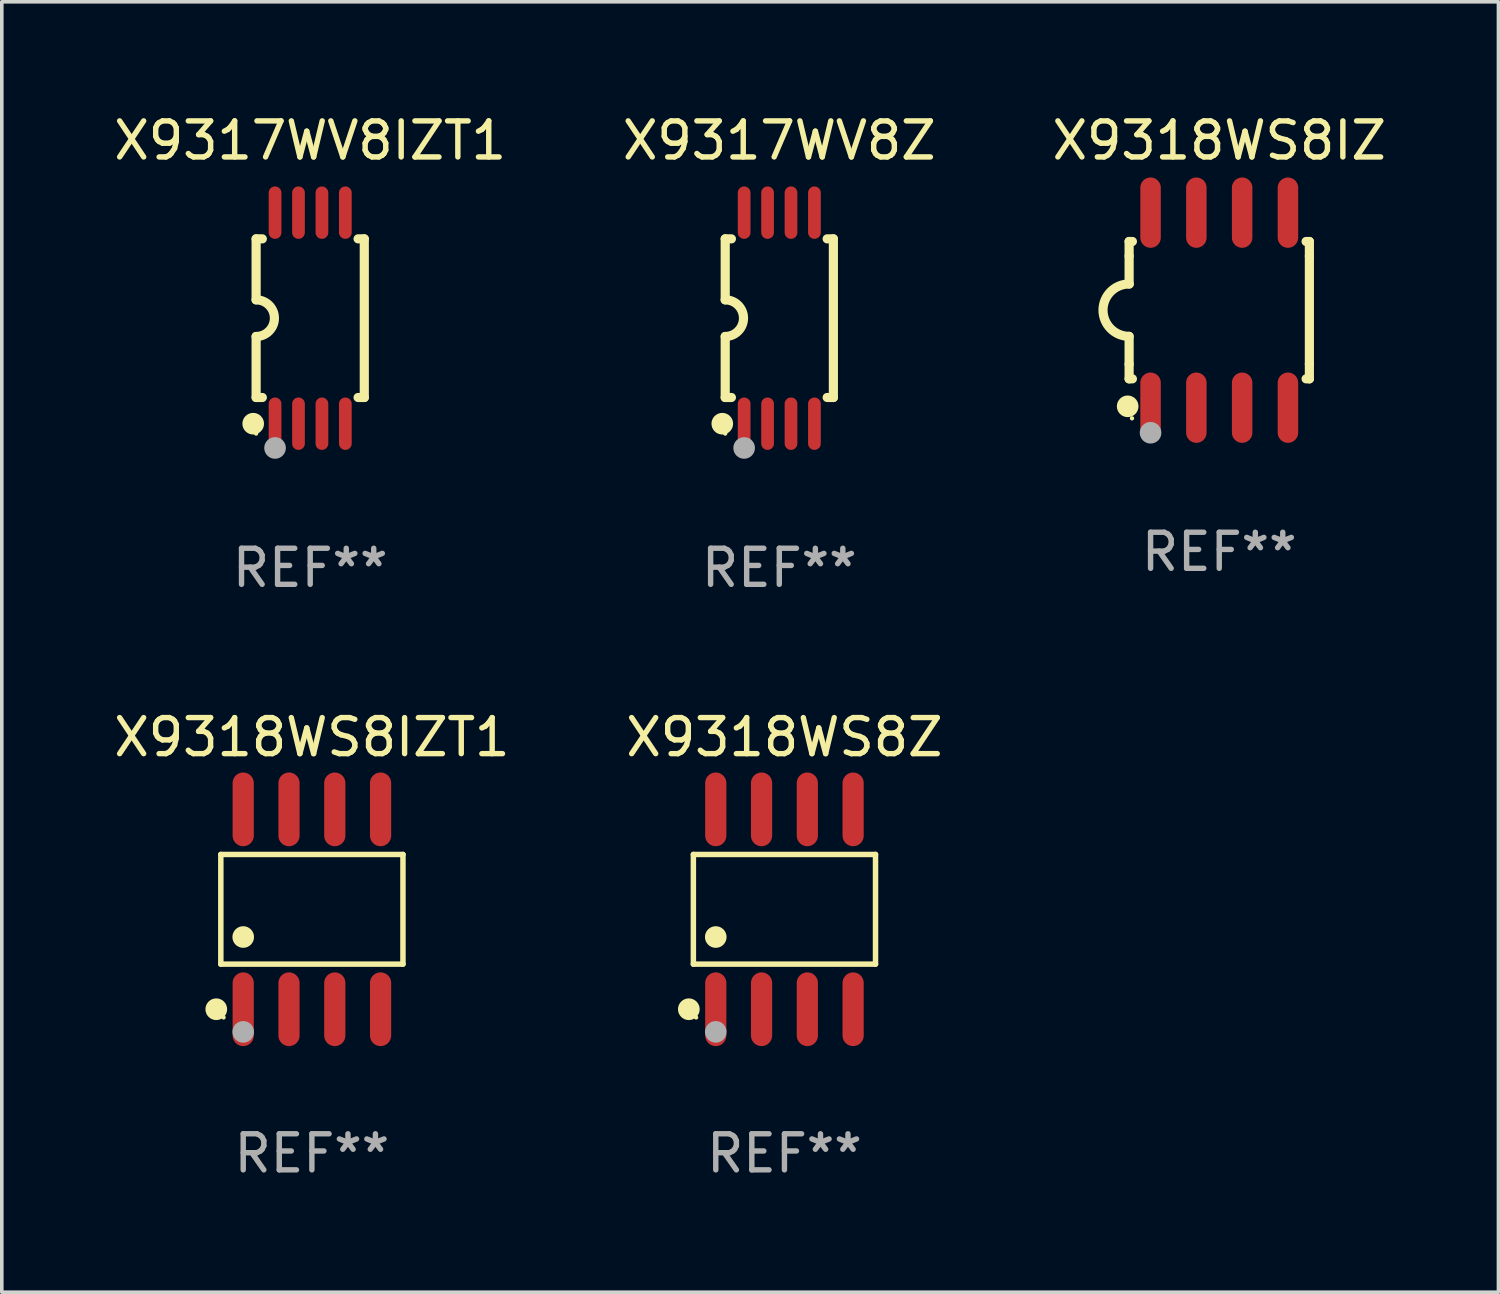
<source format=kicad_pcb>
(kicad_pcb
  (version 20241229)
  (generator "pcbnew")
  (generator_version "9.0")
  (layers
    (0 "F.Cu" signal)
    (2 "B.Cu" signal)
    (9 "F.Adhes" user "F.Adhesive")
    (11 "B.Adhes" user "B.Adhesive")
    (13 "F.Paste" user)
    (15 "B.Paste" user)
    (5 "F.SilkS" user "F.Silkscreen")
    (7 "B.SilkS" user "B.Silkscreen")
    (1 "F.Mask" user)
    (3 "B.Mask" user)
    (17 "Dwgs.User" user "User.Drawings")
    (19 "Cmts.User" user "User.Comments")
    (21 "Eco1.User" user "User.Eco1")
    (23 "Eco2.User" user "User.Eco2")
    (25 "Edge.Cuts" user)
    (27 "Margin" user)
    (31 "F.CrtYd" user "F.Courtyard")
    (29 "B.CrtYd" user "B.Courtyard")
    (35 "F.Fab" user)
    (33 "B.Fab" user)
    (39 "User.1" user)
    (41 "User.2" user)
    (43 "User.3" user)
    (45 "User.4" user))
  (footprint "X9318WS8IZT1"
    (layer "F.Cu")
    (at 5.601 22.171)
    (property "Reference" "X9318WS8IZT1" (at 0 -4.772 0) (layer "F.SilkS") (effects (font (size 1 1) (thickness 0.15))))
    (attr through_hole)
    (fp_line (start -2.526 -1.521) (end 2.526 -1.521) (stroke (width 0.152) (type solid)) (layer "F.SilkS"))
    (fp_line (start -2.526 1.521) (end -2.526 -1.521) (stroke (width 0.152) (type solid)) (layer "F.SilkS"))
    (fp_line (start 2.526 -1.521) (end 2.526 1.521) (stroke (width 0.152) (type solid)) (layer "F.SilkS"))
    (fp_line (start 2.526 1.521) (end -2.526 1.521) (stroke (width 0.152) (type solid)) (layer "F.SilkS"))
    (fp_circle (center -2.652 2.772) (end -2.501 2.772) (stroke (width 0.3) (type solid)) (fill no) (layer "F.SilkS"))
    (fp_circle (center -2.45 3) (end -2.42 3) (stroke (width 0.06) (type solid)) (fill no) (layer "F.SilkS"))
    (fp_circle (center -1.905 0.769) (end -1.755 0.769) (stroke (width 0.3) (type solid)) (fill no) (layer "F.SilkS"))
    (fp_circle (center -1.905 3.4) (end -1.755 3.4) (stroke (width 0.3) (type solid)) (fill no) (layer "F.Fab"))
    (fp_text user "REF**" (at 0 6.772 0) (layer "F.Fab") (effects (font (size 1 1) (thickness 0.15))))
    (pad "1" smd oval (at -1.905 2.772) (size 0.588 2.045) (layers "F.Cu" "F.Mask" "F.Paste"))
    (pad "2" smd oval (at -0.635 2.772) (size 0.588 2.045) (layers "F.Cu" "F.Mask" "F.Paste"))
    (pad "3" smd oval (at 0.635 2.772) (size 0.588 2.045) (layers "F.Cu" "F.Mask" "F.Paste"))
    (pad "4" smd oval (at 1.905 2.772) (size 0.588 2.045) (layers "F.Cu" "F.Mask" "F.Paste"))
    (pad "5" smd oval (at 1.905 -2.772) (size 0.588 2.045) (layers "F.Cu" "F.Mask" "F.Paste"))
    (pad "6" smd oval (at 0.635 -2.772) (size 0.588 2.045) (layers "F.Cu" "F.Mask" "F.Paste"))
    (pad "7" smd oval (at -0.635 -2.772) (size 0.588 2.045) (layers "F.Cu" "F.Mask" "F.Paste"))
    (pad "8" smd oval (at -1.905 -2.772) (size 0.588 2.045) (layers "F.Cu" "F.Mask" "F.Paste")))
  (footprint "X9317WV8IZT1"
    (layer "F.Cu")
    (at 5.554 5.775)
    (property "Reference" "X9317WV8IZT1" (at 0 -4.927 0) (layer "F.SilkS") (effects (font (size 1 1) (thickness 0.15))))
    (attr through_hole)
    (fp_line (start -1.5 -2.2) (end -1.5 -0.508) (stroke (width 0.254) (type solid)) (layer "F.SilkS"))
    (fp_line (start -1.5 -2.2) (end -1.328 -2.2) (stroke (width 0.254) (type solid)) (layer "F.SilkS"))
    (fp_line (start -1.5 2.2) (end -1.5 0.508) (stroke (width 0.254) (type solid)) (layer "F.SilkS"))
    (fp_line (start -1.5 2.2) (end -1.328 2.2) (stroke (width 0.254) (type solid)) (layer "F.SilkS"))
    (fp_line (start 1.328 -2.2) (end 1.5 -2.2) (stroke (width 0.254) (type solid)) (layer "F.SilkS"))
    (fp_line (start 1.328 2.2) (end 1.5 2.2) (stroke (width 0.254) (type solid)) (layer "F.SilkS"))
    (fp_line (start 1.5 -2.2) (end 1.5 2.2) (stroke (width 0.254) (type solid)) (layer "F.SilkS"))
    (fp_arc (start -1.501144 -0.508) (mid -0.993143 -0.000571) (end -1.5 0.508001) (stroke (width 0.254001) (type solid)) (layer "F.SilkS"))
    (fp_circle (center -1.581 2.927) (end -1.431 2.927) (stroke (width 0.3) (type solid)) (fill no) (layer "F.SilkS"))
    (fp_circle (center -1.5 3.2) (end -1.47 3.2) (stroke (width 0.06) (type solid)) (fill no) (layer "F.SilkS"))
    (fp_circle (center -0.975 3.6) (end -0.825 3.6) (stroke (width 0.3) (type solid)) (fill no) (layer "F.Fab"))
    (fp_text user "REF**" (at 0 6.927 0) (layer "F.Fab") (effects (font (size 1 1) (thickness 0.15))))
    (pad "1" smd oval (at -0.975 2.927) (size 0.353 1.454) (layers "F.Cu" "F.Mask" "F.Paste"))
    (pad "2" smd oval (at -0.325 2.927) (size 0.353 1.454) (layers "F.Cu" "F.Mask" "F.Paste"))
    (pad "3" smd oval (at 0.325 2.927) (size 0.353 1.454) (layers "F.Cu" "F.Mask" "F.Paste"))
    (pad "4" smd oval (at 0.975 2.927) (size 0.353 1.454) (layers "F.Cu" "F.Mask" "F.Paste"))
    (pad "5" smd oval (at 0.975 -2.927) (size 0.353 1.454) (layers "F.Cu" "F.Mask" "F.Paste"))
    (pad "6" smd oval (at 0.325 -2.927) (size 0.353 1.454) (layers "F.Cu" "F.Mask" "F.Paste"))
    (pad "7" smd oval (at -0.325 -2.927) (size 0.353 1.454) (layers "F.Cu" "F.Mask" "F.Paste"))
    (pad "8" smd oval (at -0.975 -2.927) (size 0.353 1.454) (layers "F.Cu" "F.Mask" "F.Paste")))
  (footprint "X9318WS8IZ"
    (layer "F.Cu")
    (at 30.768 5.553)
    (property "Reference" "X9318WS8IZ" (at 0 -4.705 0) (layer "F.SilkS") (effects (font (size 1 1) (thickness 0.15))))
    (attr through_hole)
    (fp_line (start -2.5 -1.905) (end -2.409 -1.905) (stroke (width 0.254) (type solid)) (layer "F.SilkS"))
    (fp_line (start -2.5 -1.5) (end -2.5 -1.905) (stroke (width 0.254) (type solid)) (layer "F.SilkS"))
    (fp_line (start -2.5 -1.5) (end -2.5 -0.726) (stroke (width 0.254) (type solid)) (layer "F.SilkS"))
    (fp_line (start -2.5 1.5) (end -2.5 0.727) (stroke (width 0.254) (type solid)) (layer "F.SilkS"))
    (fp_line (start -2.5 1.5) (end -2.5 1.905) (stroke (width 0.254) (type solid)) (layer "F.SilkS"))
    (fp_line (start -2.5 1.905) (end -2.409 1.905) (stroke (width 0.254) (type solid)) (layer "F.SilkS"))
    (fp_line (start 2.5 -1.905) (end 2.409 -1.905) (stroke (width 0.254) (type solid)) (layer "F.SilkS"))
    (fp_line (start 2.5 -1.5) (end 2.5 -1.905) (stroke (width 0.254) (type solid)) (layer "F.SilkS"))
    (fp_line (start 2.5 -1.5) (end 2.5 1.5) (stroke (width 0.254) (type solid)) (layer "F.SilkS"))
    (fp_line (start 2.5 1.5) (end 2.5 1.905) (stroke (width 0.254) (type solid)) (layer "F.SilkS"))
    (fp_line (start 2.5 1.905) (end 2.409 1.905) (stroke (width 0.254) (type solid)) (layer "F.SilkS"))
    (fp_arc (start -2.5 0.726568) (mid -3.220316 -0.0023) (end -2.495097 -0.726289) (stroke (width 0.254001) (type solid)) (layer "F.SilkS"))
    (fp_circle (center -2.54 2.667) (end -2.39 2.667) (stroke (width 0.3) (type solid)) (fill no) (layer "F.SilkS"))
    (fp_circle (center -2.42 3) (end -2.39 3) (stroke (width 0.06) (type solid)) (fill no) (layer "F.SilkS"))
    (fp_circle (center -1.905 3.4) (end -1.755 3.4) (stroke (width 0.3) (type solid)) (fill no) (layer "F.Fab"))
    (fp_text user "REF**" (at 0 6.705 0) (layer "F.Fab") (effects (font (size 1 1) (thickness 0.15))))
    (pad "1" smd oval (at -1.905 2.705) (size 0.568 1.95) (layers "F.Cu" "F.Mask" "F.Paste"))
    (pad "2" smd oval (at -0.635 2.705) (size 0.568 1.95) (layers "F.Cu" "F.Mask" "F.Paste"))
    (pad "3" smd oval (at 0.635 2.705) (size 0.568 1.95) (layers "F.Cu" "F.Mask" "F.Paste"))
    (pad "4" smd oval (at 1.905 2.705) (size 0.568 1.95) (layers "F.Cu" "F.Mask" "F.Paste"))
    (pad "5" smd oval (at 1.905 -2.705) (size 0.568 1.95) (layers "F.Cu" "F.Mask" "F.Paste"))
    (pad "6" smd oval (at 0.635 -2.705) (size 0.568 1.95) (layers "F.Cu" "F.Mask" "F.Paste"))
    (pad "7" smd oval (at -0.635 -2.705) (size 0.568 1.95) (layers "F.Cu" "F.Mask" "F.Paste"))
    (pad "8" smd oval (at -1.905 -2.705) (size 0.568 1.95) (layers "F.Cu" "F.Mask" "F.Paste")))
  (footprint "X9318WS8Z"
    (layer "F.Cu")
    (at 18.708 22.171)
    (property "Reference" "X9318WS8Z" (at 0 -4.772 0) (layer "F.SilkS") (effects (font (size 1 1) (thickness 0.15))))
    (attr through_hole)
    (fp_line (start -2.526 -1.521) (end 2.526 -1.521) (stroke (width 0.152) (type solid)) (layer "F.SilkS"))
    (fp_line (start -2.526 1.521) (end -2.526 -1.521) (stroke (width 0.152) (type solid)) (layer "F.SilkS"))
    (fp_line (start 2.526 -1.521) (end 2.526 1.521) (stroke (width 0.152) (type solid)) (layer "F.SilkS"))
    (fp_line (start 2.526 1.521) (end -2.526 1.521) (stroke (width 0.152) (type solid)) (layer "F.SilkS"))
    (fp_circle (center -2.652 2.772) (end -2.501 2.772) (stroke (width 0.3) (type solid)) (fill no) (layer "F.SilkS"))
    (fp_circle (center -2.45 3) (end -2.42 3) (stroke (width 0.06) (type solid)) (fill no) (layer "F.SilkS"))
    (fp_circle (center -1.905 0.769) (end -1.755 0.769) (stroke (width 0.3) (type solid)) (fill no) (layer "F.SilkS"))
    (fp_circle (center -1.905 3.4) (end -1.755 3.4) (stroke (width 0.3) (type solid)) (fill no) (layer "F.Fab"))
    (fp_text user "REF**" (at 0 6.772 0) (layer "F.Fab") (effects (font (size 1 1) (thickness 0.15))))
    (pad "1" smd oval (at -1.905 2.772) (size 0.588 2.045) (layers "F.Cu" "F.Mask" "F.Paste"))
    (pad "2" smd oval (at -0.635 2.772) (size 0.588 2.045) (layers "F.Cu" "F.Mask" "F.Paste"))
    (pad "3" smd oval (at 0.635 2.772) (size 0.588 2.045) (layers "F.Cu" "F.Mask" "F.Paste"))
    (pad "4" smd oval (at 1.905 2.772) (size 0.588 2.045) (layers "F.Cu" "F.Mask" "F.Paste"))
    (pad "5" smd oval (at 1.905 -2.772) (size 0.588 2.045) (layers "F.Cu" "F.Mask" "F.Paste"))
    (pad "6" smd oval (at 0.635 -2.772) (size 0.588 2.045) (layers "F.Cu" "F.Mask" "F.Paste"))
    (pad "7" smd oval (at -0.635 -2.772) (size 0.588 2.045) (layers "F.Cu" "F.Mask" "F.Paste"))
    (pad "8" smd oval (at -1.905 -2.772) (size 0.588 2.045) (layers "F.Cu" "F.Mask" "F.Paste")))
  (footprint "X9317WV8Z"
    (layer "F.Cu")
    (at 18.565 5.775)
    (property "Reference" "X9317WV8Z" (at 0 -4.927 0) (layer "F.SilkS") (effects (font (size 1 1) (thickness 0.15))))
    (attr through_hole)
    (fp_line (start -1.5 -2.2) (end -1.5 -0.508) (stroke (width 0.254) (type solid)) (layer "F.SilkS"))
    (fp_line (start -1.5 -2.2) (end -1.328 -2.2) (stroke (width 0.254) (type solid)) (layer "F.SilkS"))
    (fp_line (start -1.5 2.2) (end -1.5 0.508) (stroke (width 0.254) (type solid)) (layer "F.SilkS"))
    (fp_line (start -1.5 2.2) (end -1.328 2.2) (stroke (width 0.254) (type solid)) (layer "F.SilkS"))
    (fp_line (start 1.328 -2.2) (end 1.5 -2.2) (stroke (width 0.254) (type solid)) (layer "F.SilkS"))
    (fp_line (start 1.328 2.2) (end 1.5 2.2) (stroke (width 0.254) (type solid)) (layer "F.SilkS"))
    (fp_line (start 1.5 -2.2) (end 1.5 2.2) (stroke (width 0.254) (type solid)) (layer "F.SilkS"))
    (fp_arc (start -1.501144 -0.508) (mid -0.993143 -0.000571) (end -1.5 0.508001) (stroke (width 0.254001) (type solid)) (layer "F.SilkS"))
    (fp_circle (center -1.581 2.927) (end -1.431 2.927) (stroke (width 0.3) (type solid)) (fill no) (layer "F.SilkS"))
    (fp_circle (center -1.5 3.2) (end -1.47 3.2) (stroke (width 0.06) (type solid)) (fill no) (layer "F.SilkS"))
    (fp_circle (center -0.975 3.6) (end -0.825 3.6) (stroke (width 0.3) (type solid)) (fill no) (layer "F.Fab"))
    (fp_text user "REF**" (at 0 6.927 0) (layer "F.Fab") (effects (font (size 1 1) (thickness 0.15))))
    (pad "1" smd oval (at -0.975 2.927) (size 0.353 1.454) (layers "F.Cu" "F.Mask" "F.Paste"))
    (pad "2" smd oval (at -0.325 2.927) (size 0.353 1.454) (layers "F.Cu" "F.Mask" "F.Paste"))
    (pad "3" smd oval (at 0.325 2.927) (size 0.353 1.454) (layers "F.Cu" "F.Mask" "F.Paste"))
    (pad "4" smd oval (at 0.975 2.927) (size 0.353 1.454) (layers "F.Cu" "F.Mask" "F.Paste"))
    (pad "5" smd oval (at 0.975 -2.927) (size 0.353 1.454) (layers "F.Cu" "F.Mask" "F.Paste"))
    (pad "6" smd oval (at 0.325 -2.927) (size 0.353 1.454) (layers "F.Cu" "F.Mask" "F.Paste"))
    (pad "7" smd oval (at -0.325 -2.927) (size 0.353 1.454) (layers "F.Cu" "F.Mask" "F.Paste"))
    (pad "8" smd oval (at -0.975 -2.927) (size 0.353 1.454) (layers "F.Cu" "F.Mask" "F.Paste")))
  (gr_rect
    (start -3 -3)
    (end 38.512 32.792)
    (stroke (width 0.1) (type default))
    (fill no)
    (layer "Edge.Cuts")))
</source>
